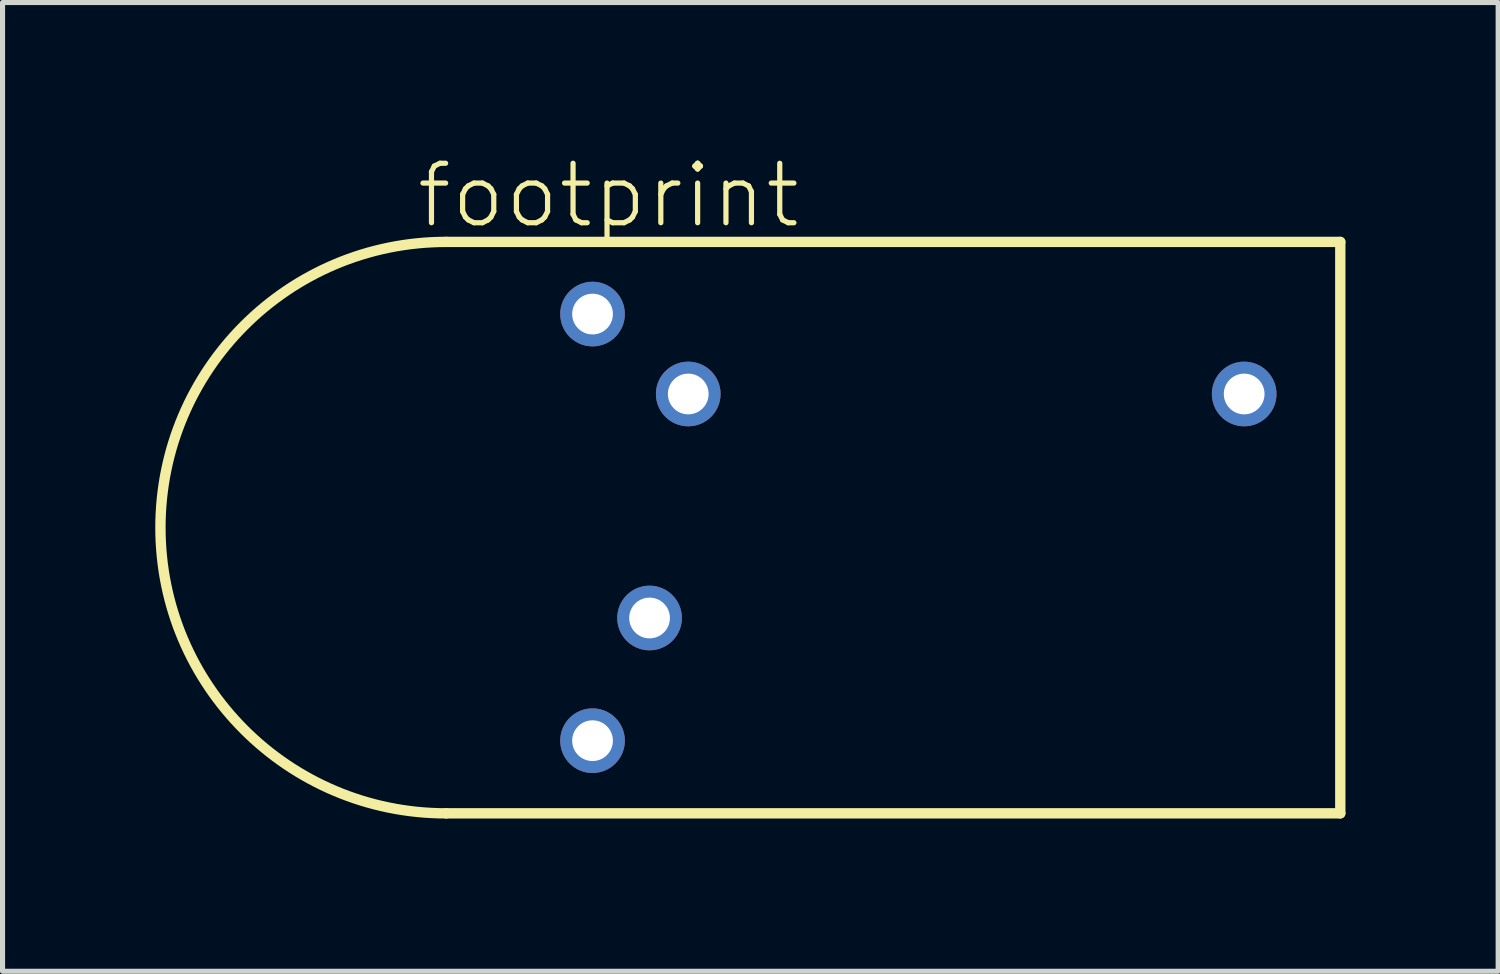
<source format=kicad_pcb>
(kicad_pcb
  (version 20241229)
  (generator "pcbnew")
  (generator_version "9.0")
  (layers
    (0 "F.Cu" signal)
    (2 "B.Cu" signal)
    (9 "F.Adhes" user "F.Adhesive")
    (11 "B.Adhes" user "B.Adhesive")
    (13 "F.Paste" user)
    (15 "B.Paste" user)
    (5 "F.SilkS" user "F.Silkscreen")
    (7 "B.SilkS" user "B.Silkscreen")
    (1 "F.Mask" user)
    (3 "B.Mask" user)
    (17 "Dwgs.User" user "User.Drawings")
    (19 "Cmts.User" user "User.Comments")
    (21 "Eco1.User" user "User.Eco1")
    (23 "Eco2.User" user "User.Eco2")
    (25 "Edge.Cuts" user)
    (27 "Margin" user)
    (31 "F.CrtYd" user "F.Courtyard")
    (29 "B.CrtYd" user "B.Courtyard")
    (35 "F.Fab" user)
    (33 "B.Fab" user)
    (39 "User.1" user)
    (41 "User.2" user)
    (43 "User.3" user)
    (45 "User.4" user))
  (footprint "footprint"
    (layer "F.Cu")
    (at 8.589 7.314)
    (property "Reference" "footprint" (at -3.509 -5.841 0) (layer "F.SilkS") (effects (font (size 1.168 1.168) (thickness 0.102)) (justify left bottom)))
    (fp_line (start -2.875 5.612) (end 14.688 5.612) (stroke (width 0.203) (type solid)) (layer "F.SilkS"))
    (fp_line (start 14.688 -5.612) (end -2.875 -5.612) (stroke (width 0.203) (type solid)) (layer "F.SilkS"))
    (fp_line (start 14.688 5.612) (end 14.688 -5.612) (stroke (width 0.203) (type solid)) (layer "F.SilkS"))
    (fp_arc (start -2.874998 5.6125) (mid -8.487499 0.000001) (end -2.875 -5.6125) (stroke (width 0.2032) (type solid)) (layer "F.SilkS"))
    (pad "1" thru_hole circle (at 0 -4.195 180) (size 1.27 1.27) (drill 0.8) (layers "*.Cu" "*.Mask"))
    (pad "2" thru_hole circle (at 1.12 1.775 180) (size 1.27 1.27) (drill 0.8) (layers "*.Cu" "*.Mask"))
    (pad "3" thru_hole circle (at 12.8 -2.625 180) (size 1.27 1.27) (drill 0.8) (layers "*.Cu" "*.Mask"))
    (pad "4" thru_hole circle (at 1.88 -2.625 180) (size 1.27 1.27) (drill 0.8) (layers "*.Cu" "*.Mask"))
    (pad "5" thru_hole circle (at 0 4.185 180) (size 1.27 1.27) (drill 0.8) (layers "*.Cu" "*.Mask"))
    (zone (net_name "") (layer "F.Cu") (hatch edge 0.508) (connect_pads) (min_thickness 0.254) (filled_areas_thickness no) (keepout (tracks not_allowed) (vias not_allowed) (pads not_allowed) (copperpour not_allowed) (footprints allowed)) (placement (enabled no)) (fill) (polygon (pts (xy 12.089 12.814) (xy 19.089 12.814) (xy 19.089 1.814) (xy 12.089 1.814))))
    (zone (net_name "") (layer "F.Cu") (hatch edge 0.508) (connect_pads) (min_thickness 0.254) (filled_areas_thickness no) (keepout (tracks not_allowed) (vias not_allowed) (pads not_allowed) (copperpour not_allowed) (footprints allowed)) (placement (enabled no)) (fill) (polygon (pts (xy 19.089 12.814) (xy 23.089 12.814) (xy 23.089 6.814) (xy 19.089 6.814)))))
  (gr_rect
    (start -3 -3)
    (end 26.378 16.028)
    (stroke (width 0.1) (type default))
    (fill no)
    (layer "Edge.Cuts")))
</source>
